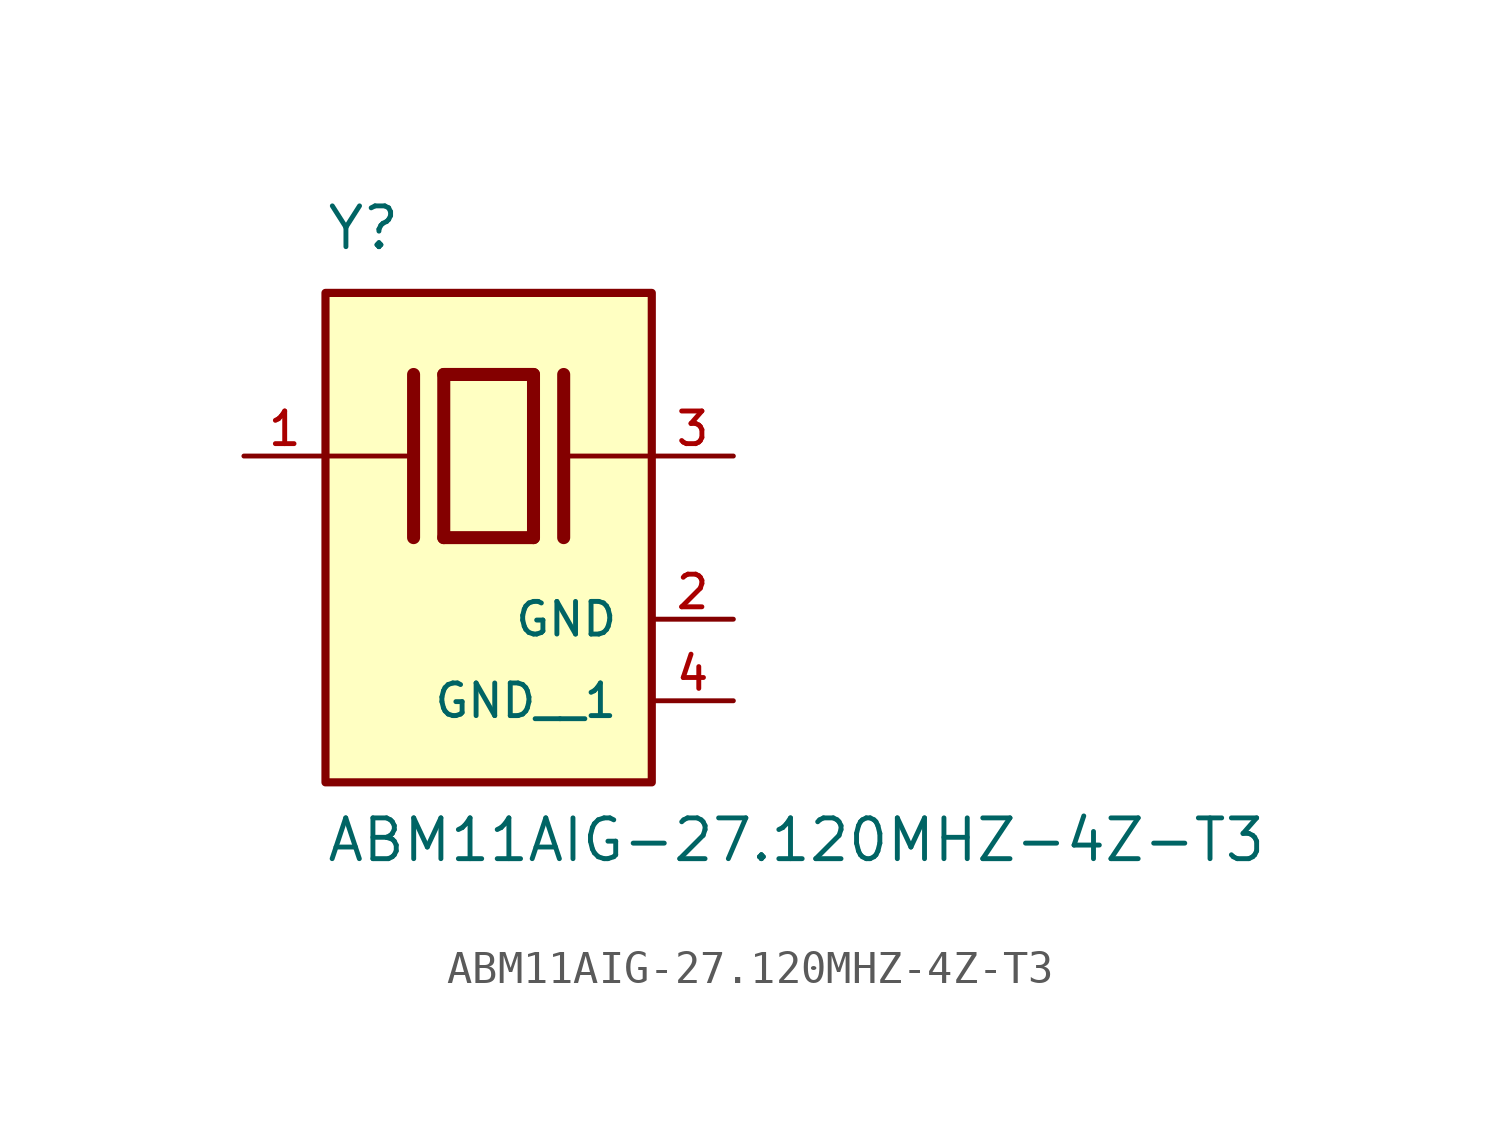
<source format=kicad_sym>
(kicad_symbol_lib
  (version 20211014)
  (generator kicad_symbol_editor)
  (symbol "ABM11AIG-27.120MHZ-4Z-T3"
    (pin_names
      (offset 1.016))
    (property "Reference" "Y"
      (at -5.088 6.356 0)
      (effects (font (size 1.27 1.27)) (justify bottom left)))
    (property "Value" "ABM11AIG-27.120MHZ-4Z-T3"
      (at -5.094 -12.7 0)
      (effects (font (size 1.27 1.27)) (justify bottom left)))
    (symbol "ABM11AIG-27.120MHZ-4Z-T3_0_0"
      (polyline (pts (xy -1.397 2.54) (xy 1.397 2.54)) (stroke (width 0.406)))
      (polyline (pts (xy 1.397 2.54) (xy 1.397 -2.54)) (stroke (width 0.406)))
      (polyline (pts (xy 1.397 -2.54) (xy -1.397 -2.54)) (stroke (width 0.406)))
      (polyline (pts (xy -1.397 2.54) (xy -1.397 -2.54)) (stroke (width 0.406)))
      (polyline (pts (xy 2.337 2.54) (xy 2.337 -2.54)) (stroke (width 0.406)))
      (polyline (pts (xy -2.337 2.54) (xy -2.337 -2.54)) (stroke (width 0.406)))
      (polyline (pts (xy -5.08 0.0) (xy -2.54 0.0)) (stroke (width 0.152)))
      (polyline (pts (xy 2.54 0.0) (xy 5.08 0.0)) (stroke (width 0.152)))
      (rectangle (start -5.08 -10.16) (end 5.08 5.08) (stroke (width 0.254)) (fill (type background)))
      (pin passive line (at 7.62 0.0 180.0) (length 2.54) (name "~" (effects (font (size 1.016 1.016)))) (number "3" (effects (font (size 1.016 1.016)))))
      (pin passive line (at -7.62 0.0 0) (length 2.54) (name "~" (effects (font (size 1.016 1.016)))) (number "1" (effects (font (size 1.016 1.016)))))
      (pin power_in line (at 7.62 -5.08 180.0) (length 2.54) (name "GND" (effects (font (size 1.016 1.016)))) (number "2" (effects (font (size 1.016 1.016)))))
      (pin power_in line (at 7.62 -7.62 180.0) (length 2.54) (name "GND__1" (effects (font (size 1.016 1.016)))) (number "4" (effects (font (size 1.016 1.016))))))))
</source>
